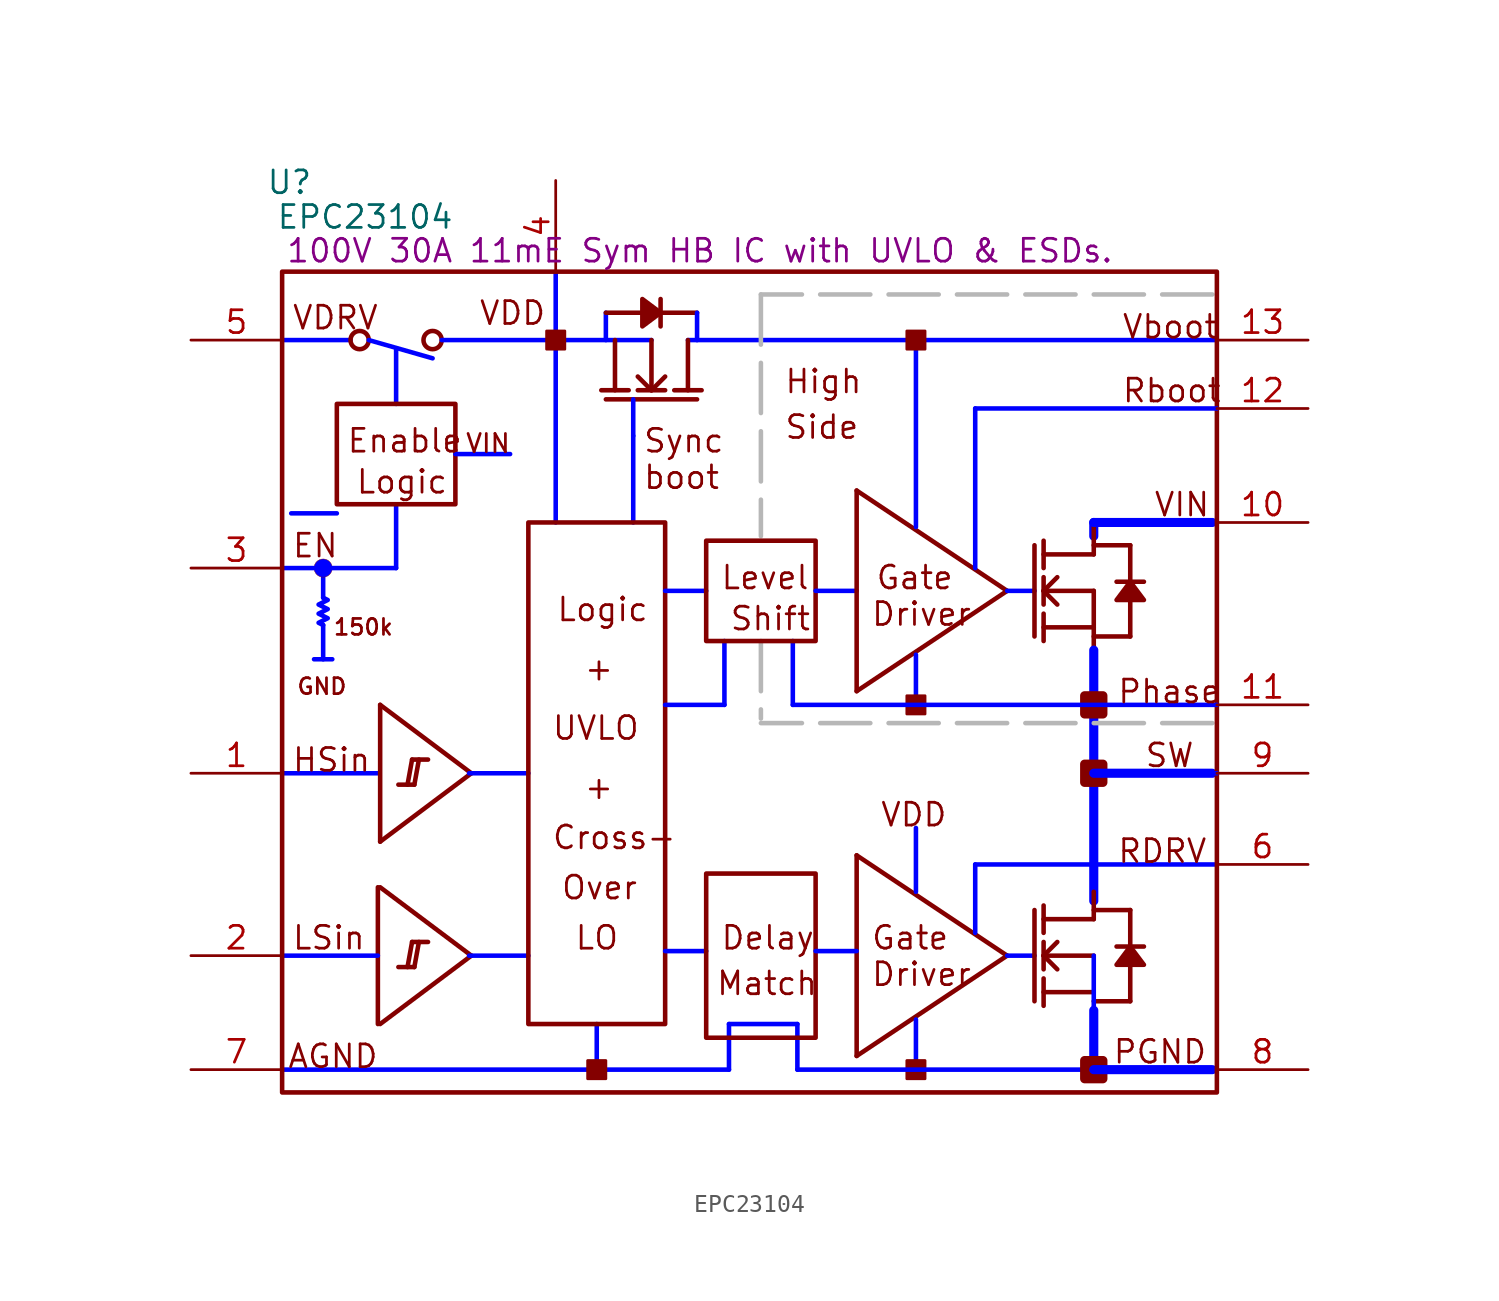
<source format=kicad_sym>
(kicad_symbol_lib
  (version 20220914)
  (generator kicad_symbol_editor)
  (symbol "EPC23104"
    (property "Reference" "U"
      (at 5.486 50.698 0)
      (effects (font (size 1.27 1.27))))
    (property "Value" "EPC23104"
      (at 9.703 48.768 0)
      (effects (font (size 1.27 1.27))))
    (property "Description" "100V 30A 11mE Sym HB IC with UVLO & ESDs."
      (at 28.346 46.888 0)
      (effects (font (size 1.27 1.27))))
    (symbol "EPC23104_1_0"
      (polyline (pts (xy 5.08 1.27) (xy 29.972 1.27)) (stroke (width 0.254) (type solid) (color 0 0 255 1)) (fill (type none)))
      (polyline (pts (xy 5.08 41.91) (xy 8.89 41.91)) (stroke (width 0.254) (type solid) (color 0 0 255 1)) (fill (type none)))
      (polyline (pts (xy 5.588 32.258) (xy 8.128 32.258)) (stroke (width 0.254) (type solid) (color 0 0 255 1)) (fill (type none)))
      (polyline (pts (xy 7.366 26.035) (xy 7.366 24.13)) (stroke (width 0.254) (type solid) (color 0 0 255 1)) (fill (type none)))
      (polyline (pts (xy 7.366 29.21) (xy 7.366 27.559)) (stroke (width 0.254) (type solid) (color 0 0 255 1)) (fill (type none)))
      (polyline (pts (xy 7.874 24.13) (xy 6.858 24.13)) (stroke (width 0.254) (type solid) (color 0 0 255 1)) (fill (type none)))
      (polyline (pts (xy 9.906 41.91) (xy 13.462 40.894)) (stroke (width 0.254) (type solid) (color 0 0 255 1)) (fill (type none)))
      (polyline (pts (xy 10.414 7.62) (xy 5.08 7.62)) (stroke (width 0.254) (type solid) (color 0 0 255 1)) (fill (type none)))
      (polyline (pts (xy 10.414 11.43) (xy 10.414 3.81)) (stroke (width 0.254) (type solid)) (fill (type none)))
      (polyline (pts (xy 10.414 17.78) (xy 5.08 17.78)) (stroke (width 0.254) (type solid) (color 0 0 255 1)) (fill (type none)))
      (polyline (pts (xy 10.541 3.81) (xy 15.621 7.62)) (stroke (width 0.254) (type solid)) (fill (type none)))
      (polyline (pts (xy 10.541 11.43) (xy 15.621 7.62)) (stroke (width 0.254) (type solid)) (fill (type none)))
      (polyline (pts (xy 10.541 13.97) (xy 15.621 17.78)) (stroke (width 0.254) (type solid)) (fill (type none)))
      (polyline (pts (xy 10.541 21.59) (xy 10.541 13.97)) (stroke (width 0.254) (type solid)) (fill (type none)))
      (polyline (pts (xy 10.541 21.59) (xy 15.621 17.78)) (stroke (width 0.254) (type solid)) (fill (type none)))
      (polyline (pts (xy 11.43 29.21) (xy 5.08 29.21)) (stroke (width 0.254) (type solid) (color 0 0 255 1)) (fill (type none)))
      (polyline (pts (xy 11.43 29.21) (xy 11.43 32.766)) (stroke (width 0.254) (type solid) (color 0 0 255 1)) (fill (type none)))
      (polyline (pts (xy 11.43 38.354) (xy 11.43 41.402)) (stroke (width 0.254) (type solid) (color 0 0 255 1)) (fill (type none)))
      (polyline (pts (xy 12.065 6.985) (xy 12.319 8.382)) (stroke (width 0.254) (type solid)) (fill (type none)))
      (polyline (pts (xy 12.065 17.145) (xy 12.319 18.542)) (stroke (width 0.254) (type solid)) (fill (type none)))
      (polyline (pts (xy 12.446 6.985) (xy 11.557 6.985)) (stroke (width 0.254) (type solid)) (fill (type none)))
      (polyline (pts (xy 12.446 6.985) (xy 12.7 8.382)) (stroke (width 0.254) (type solid)) (fill (type none)))
      (polyline (pts (xy 12.446 17.145) (xy 11.557 17.145)) (stroke (width 0.254) (type solid)) (fill (type none)))
      (polyline (pts (xy 12.446 17.145) (xy 12.7 18.542)) (stroke (width 0.254) (type solid)) (fill (type none)))
      (polyline (pts (xy 13.208 8.382) (xy 12.319 8.382)) (stroke (width 0.254) (type solid)) (fill (type none)))
      (polyline (pts (xy 13.208 18.542) (xy 12.319 18.542)) (stroke (width 0.254) (type solid)) (fill (type none)))
      (polyline (pts (xy 13.97 41.91) (xy 25.654 41.91)) (stroke (width 0.254) (type solid) (color 0 0 255 1)) (fill (type none)))
      (polyline (pts (xy 15.494 7.62) (xy 18.796 7.62)) (stroke (width 0.254) (type solid) (color 0 0 255 1)) (fill (type none)))
      (polyline (pts (xy 15.494 17.78) (xy 18.796 17.78)) (stroke (width 0.254) (type solid) (color 0 0 255 1)) (fill (type none)))
      (polyline (pts (xy 17.78 35.56) (xy 14.732 35.56)) (stroke (width 0.254) (type solid) (color 0 0 255 1)) (fill (type none)))
      (polyline (pts (xy 20.32 31.75) (xy 20.32 45.72)) (stroke (width 0.254) (type solid) (color 0 0 255 1)) (fill (type none)))
      (polyline (pts (xy 22.606 1.27) (xy 22.606 3.81)) (stroke (width 0.254) (type solid) (color 0 0 255 1)) (fill (type none)))
      (polyline (pts (xy 23.114 38.608) (xy 28.194 38.608)) (stroke (width 0.254) (type solid)) (fill (type none)))
      (polyline (pts (xy 23.114 43.434) (xy 23.114 41.91)) (stroke (width 0.254) (type solid) (color 0 0 255 1)) (fill (type none)))
      (polyline (pts (xy 23.114 43.434) (xy 25.146 43.434)) (stroke (width 0.254) (type solid)) (fill (type none)))
      (polyline (pts (xy 23.622 41.91) (xy 23.622 39.116)) (stroke (width 0.254) (type solid)) (fill (type none)))
      (polyline (pts (xy 24.384 39.116) (xy 22.86 39.116)) (stroke (width 0.254) (type solid)) (fill (type none)))
      (polyline (pts (xy 24.638 31.75) (xy 24.638 36.576)) (stroke (width 0.254) (type solid) (color 0 0 255 1)) (fill (type none)))
      (polyline (pts (xy 24.638 38.608) (xy 24.638 36.576)) (stroke (width 0.254) (type solid) (color 0 0 255 1)) (fill (type none)))
      (polyline (pts (xy 25.654 39.116) (xy 24.892 39.878)) (stroke (width 0.254) (type solid)) (fill (type none)))
      (polyline (pts (xy 25.654 39.116) (xy 25.654 41.91)) (stroke (width 0.254) (type solid)) (fill (type none)))
      (polyline (pts (xy 26.162 42.672) (xy 26.162 44.196)) (stroke (width 0.254) (type solid)) (fill (type none)))
      (polyline (pts (xy 26.162 43.434) (xy 28.194 43.434)) (stroke (width 0.254) (type solid)) (fill (type none)))
      (polyline (pts (xy 26.416 27.94) (xy 28.702 27.94)) (stroke (width 0.254) (type solid) (color 0 0 255 1)) (fill (type none)))
      (polyline (pts (xy 26.416 39.116) (xy 24.892 39.116)) (stroke (width 0.254) (type solid)) (fill (type none)))
      (polyline (pts (xy 26.416 39.878) (xy 25.654 39.116)) (stroke (width 0.254) (type solid)) (fill (type none)))
      (polyline (pts (xy 27.686 39.116) (xy 27.686 41.91)) (stroke (width 0.254) (type solid)) (fill (type none)))
      (polyline (pts (xy 27.686 41.91) (xy 57.15 41.91)) (stroke (width 0.254) (type solid) (color 0 0 255 1)) (fill (type none)))
      (polyline (pts (xy 28.194 43.434) (xy 28.194 41.91)) (stroke (width 0.254) (type solid) (color 0 0 255 1)) (fill (type none)))
      (polyline (pts (xy 28.448 39.116) (xy 26.924 39.116)) (stroke (width 0.254) (type solid)) (fill (type none)))
      (polyline (pts (xy 28.702 7.874) (xy 26.416 7.874)) (stroke (width 0.254) (type solid) (color 0 0 255 1)) (fill (type none)))
      (polyline (pts (xy 29.718 21.59) (xy 26.416 21.59)) (stroke (width 0.254) (type solid) (color 0 0 255 1)) (fill (type none)))
      (polyline (pts (xy 29.718 21.59) (xy 29.718 25.146)) (stroke (width 0.254) (type solid) (color 0 0 255 1)) (fill (type none)))
      (polyline (pts (xy 29.972 1.27) (xy 29.972 3.048)) (stroke (width 0.254) (type solid) (color 0 0 255 1)) (fill (type none)))
      (polyline (pts (xy 29.972 3.048) (xy 29.972 3.81)) (stroke (width 0.254) (type solid) (color 0 0 255 1)) (fill (type none)))
      (polyline (pts (xy 29.972 3.81) (xy 33.782 3.81)) (stroke (width 0.254) (type solid) (color 0 0 255 1)) (fill (type none)))
      (polyline (pts (xy 31.75 25.146) (xy 31.75 20.828)) (stroke (width 0.254) (type dash) (color 183 183 183 1)) (fill (type none)))
      (polyline (pts (xy 31.75 44.45) (xy 31.75 30.988)) (stroke (width 0.254) (type dash) (color 183 183 183 1)) (fill (type none)))
      (polyline (pts (xy 33.528 21.59) (xy 33.528 25.146)) (stroke (width 0.254) (type solid) (color 0 0 255 1)) (fill (type none)))
      (polyline (pts (xy 33.782 1.27) (xy 33.782 3.048)) (stroke (width 0.254) (type solid) (color 0 0 255 1)) (fill (type none)))
      (polyline (pts (xy 33.782 3.048) (xy 33.782 3.81)) (stroke (width 0.254) (type solid) (color 0 0 255 1)) (fill (type none)))
      (polyline (pts (xy 34.798 27.94) (xy 37.084 27.94)) (stroke (width 0.254) (type solid) (color 0 0 255 1)) (fill (type none)))
      (polyline (pts (xy 37.084 2.032) (xy 45.466 7.62)) (stroke (width 0.254) (type solid)) (fill (type none)))
      (polyline (pts (xy 37.084 7.874) (xy 34.798 7.874)) (stroke (width 0.254) (type solid) (color 0 0 255 1)) (fill (type none)))
      (polyline (pts (xy 37.084 13.208) (xy 37.084 2.032)) (stroke (width 0.254) (type solid)) (fill (type none)))
      (polyline (pts (xy 37.084 13.208) (xy 45.466 7.62)) (stroke (width 0.254) (type solid)) (fill (type none)))
      (polyline (pts (xy 37.084 22.352) (xy 45.466 27.94)) (stroke (width 0.254) (type solid)) (fill (type none)))
      (polyline (pts (xy 37.084 33.528) (xy 37.084 22.352)) (stroke (width 0.254) (type solid)) (fill (type none)))
      (polyline (pts (xy 37.084 33.528) (xy 45.466 27.94)) (stroke (width 0.254) (type solid)) (fill (type none)))
      (polyline (pts (xy 40.386 1.27) (xy 40.386 4.064)) (stroke (width 0.254) (type solid) (color 0 0 255 1)) (fill (type none)))
      (polyline (pts (xy 40.386 11.176) (xy 40.386 14.732)) (stroke (width 0.254) (type solid) (color 0 0 255 1)) (fill (type none)))
      (polyline (pts (xy 40.386 21.59) (xy 40.386 24.384)) (stroke (width 0.254) (type solid) (color 0 0 255 1)) (fill (type none)))
      (polyline (pts (xy 40.386 31.496) (xy 40.386 41.91)) (stroke (width 0.254) (type solid) (color 0 0 255 1)) (fill (type none)))
      (polyline (pts (xy 43.688 8.89) (xy 43.688 12.7)) (stroke (width 0.254) (type solid) (color 0 0 255 1)) (fill (type none)))
      (polyline (pts (xy 43.688 12.7) (xy 57.15 12.7)) (stroke (width 0.254) (type solid) (color 0 0 255 1)) (fill (type none)))
      (polyline (pts (xy 43.688 29.21) (xy 43.688 38.1)) (stroke (width 0.254) (type solid) (color 0 0 255 1)) (fill (type none)))
      (polyline (pts (xy 45.466 7.62) (xy 46.99 7.62)) (stroke (width 0.254) (type solid) (color 0 0 255 1)) (fill (type none)))
      (polyline (pts (xy 45.466 27.94) (xy 46.99 27.94)) (stroke (width 0.254) (type solid) (color 0 0 255 1)) (fill (type none)))
      (polyline (pts (xy 46.99 10.16) (xy 46.99 5.08)) (stroke (width 0.254) (type solid)) (fill (type none)))
      (polyline (pts (xy 46.99 30.48) (xy 46.99 25.4)) (stroke (width 0.254) (type solid)) (fill (type none)))
      (polyline (pts (xy 47.498 4.826) (xy 47.498 6.35)) (stroke (width 0.254) (type solid)) (fill (type none)))
      (polyline (pts (xy 47.498 5.588) (xy 50.292 5.588)) (stroke (width 0.254) (type solid)) (fill (type none)))
      (polyline (pts (xy 47.498 6.858) (xy 47.498 8.382)) (stroke (width 0.254) (type solid)) (fill (type none)))
      (polyline (pts (xy 47.498 7.62) (xy 48.26 8.382)) (stroke (width 0.254) (type solid)) (fill (type none)))
      (polyline (pts (xy 47.498 7.62) (xy 50.292 7.62)) (stroke (width 0.254) (type solid)) (fill (type none)))
      (polyline (pts (xy 47.498 8.89) (xy 47.498 10.414)) (stroke (width 0.254) (type solid)) (fill (type none)))
      (polyline (pts (xy 47.498 25.146) (xy 47.498 26.67)) (stroke (width 0.254) (type solid)) (fill (type none)))
      (polyline (pts (xy 47.498 25.908) (xy 50.292 25.908)) (stroke (width 0.254) (type solid)) (fill (type none)))
      (polyline (pts (xy 47.498 27.178) (xy 47.498 28.702)) (stroke (width 0.254) (type solid)) (fill (type none)))
      (polyline (pts (xy 47.498 27.94) (xy 48.26 28.702)) (stroke (width 0.254) (type solid)) (fill (type none)))
      (polyline (pts (xy 47.498 27.94) (xy 50.292 27.94)) (stroke (width 0.254) (type solid)) (fill (type none)))
      (polyline (pts (xy 47.498 29.21) (xy 47.498 30.734)) (stroke (width 0.254) (type solid)) (fill (type none)))
      (polyline (pts (xy 48.26 6.858) (xy 47.498 7.62)) (stroke (width 0.254) (type solid)) (fill (type none)))
      (polyline (pts (xy 48.26 27.178) (xy 47.498 27.94)) (stroke (width 0.254) (type solid)) (fill (type none)))
      (polyline (pts (xy 50.292 1.27) (xy 33.782 1.27)) (stroke (width 0.254) (type solid) (color 0 0 255 1)) (fill (type none)))
      (polyline (pts (xy 50.292 1.27) (xy 50.292 7.62)) (stroke (width 0.254) (type solid) (color 0 0 255 1)) (fill (type none)))
      (polyline (pts (xy 50.292 1.524) (xy 50.292 4.572)) (stroke (width 0.508) (type solid) (color 0 0 255 1)) (fill (type none)))
      (polyline (pts (xy 50.292 5.08) (xy 52.324 5.08)) (stroke (width 0.254) (type solid)) (fill (type none)))
      (polyline (pts (xy 50.292 9.652) (xy 47.498 9.652)) (stroke (width 0.254) (type solid)) (fill (type none)))
      (polyline (pts (xy 50.292 9.652) (xy 50.292 11.176)) (stroke (width 0.254) (type solid)) (fill (type none)))
      (polyline (pts (xy 50.292 10.16) (xy 52.324 10.16)) (stroke (width 0.254) (type solid)) (fill (type none)))
      (polyline (pts (xy 50.292 10.668) (xy 50.292 21.59)) (stroke (width 0.508) (type solid) (color 0 0 255 1)) (fill (type none)))
      (polyline (pts (xy 50.292 21.59) (xy 50.292 24.638)) (stroke (width 0.508) (type solid) (color 0 0 255 1)) (fill (type none)))
      (polyline (pts (xy 50.292 25.4) (xy 52.324 25.4)) (stroke (width 0.254) (type solid)) (fill (type none)))
      (polyline (pts (xy 50.292 27.94) (xy 50.292 22.86)) (stroke (width 0.254) (type solid)) (fill (type none)))
      (polyline (pts (xy 50.292 29.972) (xy 47.498 29.972)) (stroke (width 0.254) (type solid)) (fill (type none)))
      (polyline (pts (xy 50.292 29.972) (xy 50.292 31.496)) (stroke (width 0.254) (type solid)) (fill (type none)))
      (polyline (pts (xy 50.292 30.48) (xy 52.324 30.48)) (stroke (width 0.254) (type solid)) (fill (type none)))
      (polyline (pts (xy 50.292 30.988) (xy 50.292 31.75)) (stroke (width 0.508) (type solid) (color 0 0 255 1)) (fill (type none)))
      (polyline (pts (xy 50.292 31.75) (xy 57.15 31.75)) (stroke (width 0.254) (type solid) (color 0 0 255 1)) (fill (type none)))
      (polyline (pts (xy 52.324 7.112) (xy 52.324 5.08)) (stroke (width 0.254) (type solid)) (fill (type none)))
      (polyline (pts (xy 52.324 10.16) (xy 52.324 8.128)) (stroke (width 0.254) (type solid)) (fill (type none)))
      (polyline (pts (xy 52.324 27.432) (xy 52.324 25.4)) (stroke (width 0.254) (type solid)) (fill (type none)))
      (polyline (pts (xy 52.324 30.48) (xy 52.324 28.448)) (stroke (width 0.254) (type solid)) (fill (type none)))
      (polyline (pts (xy 53.086 8.128) (xy 51.562 8.128)) (stroke (width 0.254) (type solid)) (fill (type none)))
      (polyline (pts (xy 53.086 28.448) (xy 51.562 28.448)) (stroke (width 0.254) (type solid)) (fill (type none)))
      (polyline (pts (xy 56.896 1.27) (xy 50.292 1.27)) (stroke (width 0.508) (type solid) (color 0 0 255 1)) (fill (type none)))
      (polyline (pts (xy 56.896 17.78) (xy 50.292 17.78)) (stroke (width 0.508) (type solid) (color 0 0 255 1)) (fill (type none)))
      (polyline (pts (xy 56.896 20.574) (xy 31.75 20.574)) (stroke (width 0.254) (type dash) (color 183 183 183 1)) (fill (type none)))
      (polyline (pts (xy 56.896 31.75) (xy 50.292 31.75)) (stroke (width 0.508) (type solid) (color 0 0 255 1)) (fill (type none)))
      (polyline (pts (xy 56.896 44.45) (xy 31.75 44.45)) (stroke (width 0.254) (type dash) (color 183 183 183 1)) (fill (type none)))
      (polyline (pts (xy 57.15 17.78) (xy 50.292 17.78)) (stroke (width 0.254) (type solid) (color 0 0 255 1)) (fill (type none)))
      (polyline (pts (xy 57.15 21.59) (xy 33.528 21.59)) (stroke (width 0.254) (type solid) (color 0 0 255 1)) (fill (type none)))
      (polyline (pts (xy 57.15 38.1) (xy 43.688 38.1)) (stroke (width 0.254) (type solid) (color 0 0 255 1)) (fill (type none)))
      (polyline (pts (xy 26.162 43.434) (xy 25.146 44.196) (xy 25.146 42.672) (xy 26.162 43.434)) (stroke (width 0.254) (type solid)) (fill (type outline)))
      (polyline (pts (xy 52.324 8.128) (xy 51.562 7.112) (xy 53.086 7.112) (xy 52.324 8.128)) (stroke (width 0.254) (type solid)) (fill (type outline)))
      (polyline (pts (xy 52.324 28.448) (xy 51.562 27.432) (xy 53.086 27.432) (xy 52.324 28.448)) (stroke (width 0.254) (type solid)) (fill (type outline)))
      (polyline (pts (xy 7.366 26.035) (xy 7.112 26.162) (xy 7.62 26.416) (xy 7.112 26.67) (xy 7.62 26.924) (xy 7.112 27.178) (xy 7.62 27.432) (xy 7.366 27.559)) (stroke (width 0.254) (type solid) (color 0 0 255 1)) (fill (type none)))
      (circle (center 7.366 29.21) (radius 0.508) (stroke (width 0.0001) (type solid)) (fill (type color) (color 0 0 255 1)))
      (circle (center 9.398 41.91) (radius 0.508) (stroke (width 0.254) (type solid)) (fill (type none)))
      (circle (center 13.462 41.91) (radius 0.508) (stroke (width 0.254) (type solid)) (fill (type none)))
      (rectangle (start 14.732 38.354) (end 8.128 32.766) (stroke (width 0.254) (type solid)) (fill (type none)))
      (rectangle (start 20.828 42.418) (end 19.812 41.402) (stroke (width 0) (type solid)) (fill (type outline)))
      (rectangle (start 23.114 1.778) (end 22.098 0.762) (stroke (width 0) (type solid)) (fill (type outline)))
      (rectangle (start 26.416 31.75) (end 18.796 3.81) (stroke (width 0.254) (type solid)) (fill (type none)))
      (rectangle (start 34.798 12.192) (end 28.702 3.048) (stroke (width 0.254) (type solid)) (fill (type none)))
      (rectangle (start 34.798 30.734) (end 28.702 25.146) (stroke (width 0.254) (type solid)) (fill (type none)))
      (rectangle (start 40.894 1.778) (end 39.878 0.762) (stroke (width 0) (type solid)) (fill (type outline)))
      (rectangle (start 40.894 22.098) (end 39.878 21.082) (stroke (width 0) (type solid)) (fill (type outline)))
      (rectangle (start 40.894 42.418) (end 39.878 41.402) (stroke (width 0) (type solid)) (fill (type outline)))
      (rectangle (start 50.8 1.778) (end 49.784 0.762) (stroke (width 0.508) (type solid)) (fill (type outline)))
      (rectangle (start 50.8 18.288) (end 49.784 17.272) (stroke (width 0.508) (type solid)) (fill (type outline)))
      (rectangle (start 50.8 22.098) (end 49.784 21.082) (stroke (width 0.508) (type solid)) (fill (type outline)))
      (rectangle (start 57.15 45.72) (end 5.08 0) (stroke (width 0.254) (type solid)) (fill (type none)))
      (text "+" (at 21.844 16.256 0) (effects (font (size 1.27 1.27)) (justify left bottom)))
      (text "+" (at 21.844 22.86 0) (effects (font (size 1.27 1.27)) (justify left bottom)))
      (text "150k" (at 7.874 25.4 0) (effects (font (size 0.889 0.889)) (justify left bottom)))
      (text "AGND" (at 5.334 1.27 0) (effects (font (size 1.27 1.27)) (justify left bottom)))
      (text "boot" (at 25.146 33.528 0) (effects (font (size 1.27 1.27)) (justify left bottom)))
      (text "Cross-" (at 20.066 13.462 0) (effects (font (size 1.27 1.27)) (justify left bottom)))
      (text "Delay" (at 29.464 7.874 0) (effects (font (size 1.27 1.27)) (justify left bottom)))
      (text "Driver" (at 37.846 5.842 0) (effects (font (size 1.27 1.27)) (justify left bottom)))
      (text "Driver" (at 37.846 25.908 0) (effects (font (size 1.27 1.27)) (justify left bottom)))
      (text "EN" (at 5.588 29.718 0) (effects (font (size 1.27 1.27)) (justify left bottom)))
      (text "Enable" (at 8.636 35.56 0) (effects (font (size 1.27 1.27)) (justify left bottom)))
      (text "Gate" (at 37.846 7.874 0) (effects (font (size 1.27 1.27)) (justify left bottom)))
      (text "Gate" (at 38.1 27.94 0) (effects (font (size 1.27 1.27)) (justify left bottom)))
      (text "GND" (at 5.842 22.098 0) (effects (font (size 0.889 0.889)) (justify left bottom)))
      (text "High" (at 33.02 38.862 0) (effects (font (size 1.27 1.27)) (justify left bottom)))
      (text "HSin" (at 5.588 17.78 0) (effects (font (size 1.27 1.27)) (justify left bottom)))
      (text "Level" (at 29.464 27.94 0) (effects (font (size 1.27 1.27)) (justify left bottom)))
      (text "LO" (at 21.336 7.874 0) (effects (font (size 1.27 1.27)) (justify left bottom)))
      (text "Logic" (at 9.144 33.274 0) (effects (font (size 1.27 1.27)) (justify left bottom)))
      (text "Logic" (at 20.32 26.162 0) (effects (font (size 1.27 1.27)) (justify left bottom)))
      (text "LSin" (at 5.588 7.874 0) (effects (font (size 1.27 1.27)) (justify left bottom)))
      (text "Match" (at 29.21 5.334 0) (effects (font (size 1.27 1.27)) (justify left bottom)))
      (text "Over" (at 20.574 10.668 0) (effects (font (size 1.27 1.27)) (justify left bottom)))
      (text "PGND" (at 51.308 1.524 0) (effects (font (size 1.27 1.27)) (justify left bottom)))
      (text "Phase" (at 51.562 21.59 0) (effects (font (size 1.27 1.27)) (justify left bottom)))
      (text "Rboot" (at 51.816 38.354 0) (effects (font (size 1.27 1.27)) (justify left bottom)))
      (text "RDRV" (at 51.562 12.7 0) (effects (font (size 1.27 1.27)) (justify left bottom)))
      (text "Shift" (at 29.972 25.654 0) (effects (font (size 1.27 1.27)) (justify left bottom)))
      (text "Side" (at 33.02 36.322 0) (effects (font (size 1.27 1.27)) (justify left bottom)))
      (text "SW" (at 53.086 18.034 0) (effects (font (size 1.27 1.27)) (justify left bottom)))
      (text "Sync" (at 25.146 35.56 0) (effects (font (size 1.27 1.27)) (justify left bottom)))
      (text "UVLO" (at 20.066 19.558 0) (effects (font (size 1.27 1.27)) (justify left bottom)))
      (text "Vboot" (at 51.816 41.91 0) (effects (font (size 1.27 1.27)) (justify left bottom)))
      (text "VDD" (at 16.002 42.672 0) (effects (font (size 1.27 1.27)) (justify left bottom)))
      (text "VDD" (at 38.354 14.732 0) (effects (font (size 1.27 1.27)) (justify left bottom)))
      (text "VDRV" (at 5.588 42.418 0) (effects (font (size 1.27 1.27)) (justify left bottom)))
      (text "VIN" (at 15.24 35.56 0) (effects (font (size 1.016 1.016)) (justify left bottom)))
      (text "VIN" (at 53.594 32.004 0) (effects (font (size 1.27 1.27)) (justify left bottom)))
      (pin passive line (at 0 17.78 0) (length 5.08) (name "HSin" (effects (font (size 0 0)))) (number "1" (effects (font (size 1.27 1.27)))))
      (pin passive line (at 62.23 31.75 180) (length 5.08) (name "VIN" (effects (font (size 0 0)))) (number "10" (effects (font (size 1.27 1.27)))))
      (pin passive line (at 62.23 21.59 180) (length 5.08) (name "Phase" (effects (font (size 0 0)))) (number "11" (effects (font (size 1.27 1.27)))))
      (pin passive line (at 62.23 38.1 180) (length 5.08) (name "Rboot" (effects (font (size 0 0)))) (number "12" (effects (font (size 1.27 1.27)))))
      (pin passive line (at 62.23 41.91 180) (length 5.08) (name "Vboot" (effects (font (size 0 0)))) (number "13" (effects (font (size 1.27 1.27)))))
      (pin passive line (at 0 7.62 0) (length 5.08) (name "LSin" (effects (font (size 0 0)))) (number "2" (effects (font (size 1.27 1.27)))))
      (pin passive line (at 0 29.21 0) (length 5.08) (name "ENb" (effects (font (size 0 0)))) (number "3" (effects (font (size 1.27 1.27)))))
      (pin passive line (at 20.32 50.8 270) (length 5.08) (name "VDD" (effects (font (size 0 0)))) (number "4" (effects (font (size 1.27 1.27)))))
      (pin passive line (at 0 41.91 0) (length 5.08) (name "VDRV" (effects (font (size 0 0)))) (number "5" (effects (font (size 1.27 1.27)))))
      (pin passive line (at 62.23 12.7 180) (length 5.08) (name "RDRV" (effects (font (size 0 0)))) (number "6" (effects (font (size 1.27 1.27)))))
      (pin passive line (at 0 1.27 0) (length 5.08) (name "AGND" (effects (font (size 0 0)))) (number "7" (effects (font (size 1.27 1.27)))))
      (pin passive line (at 62.23 1.27 180) (length 5.08) (name "PGND" (effects (font (size 0 0)))) (number "8" (effects (font (size 1.27 1.27)))))
      (pin passive line (at 62.23 17.78 180) (length 5.08) (name "SW" (effects (font (size 0 0)))) (number "9" (effects (font (size 1.27 1.27))))))))
</source>
